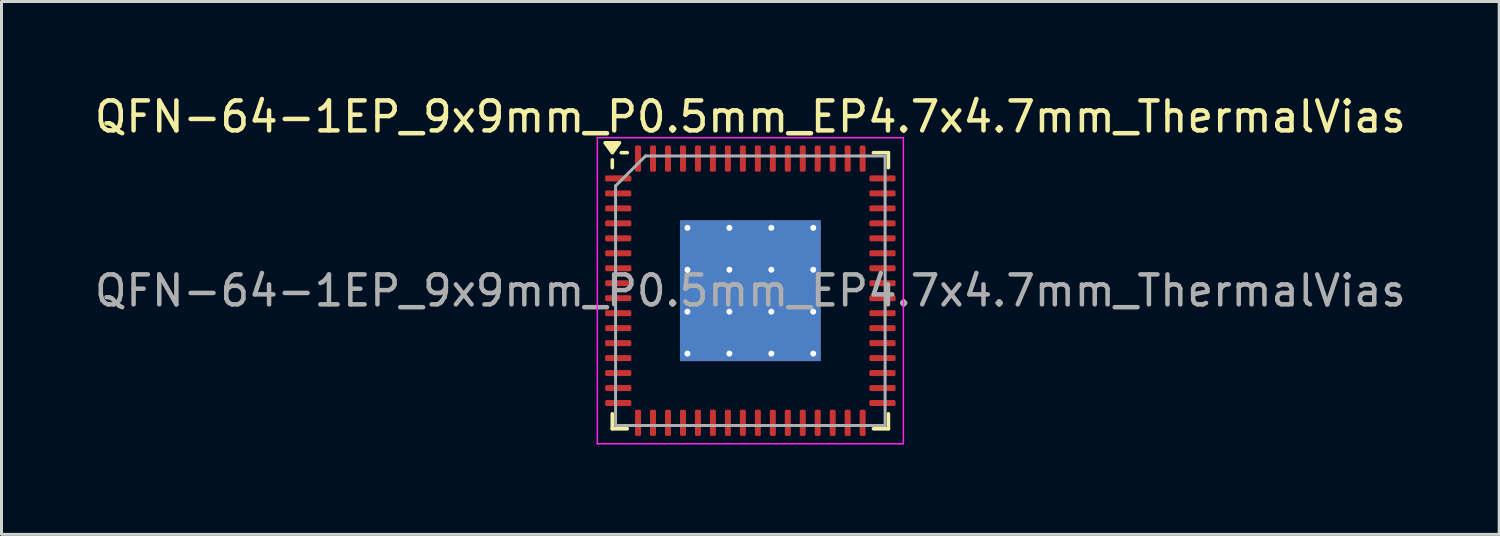
<source format=kicad_pcb>
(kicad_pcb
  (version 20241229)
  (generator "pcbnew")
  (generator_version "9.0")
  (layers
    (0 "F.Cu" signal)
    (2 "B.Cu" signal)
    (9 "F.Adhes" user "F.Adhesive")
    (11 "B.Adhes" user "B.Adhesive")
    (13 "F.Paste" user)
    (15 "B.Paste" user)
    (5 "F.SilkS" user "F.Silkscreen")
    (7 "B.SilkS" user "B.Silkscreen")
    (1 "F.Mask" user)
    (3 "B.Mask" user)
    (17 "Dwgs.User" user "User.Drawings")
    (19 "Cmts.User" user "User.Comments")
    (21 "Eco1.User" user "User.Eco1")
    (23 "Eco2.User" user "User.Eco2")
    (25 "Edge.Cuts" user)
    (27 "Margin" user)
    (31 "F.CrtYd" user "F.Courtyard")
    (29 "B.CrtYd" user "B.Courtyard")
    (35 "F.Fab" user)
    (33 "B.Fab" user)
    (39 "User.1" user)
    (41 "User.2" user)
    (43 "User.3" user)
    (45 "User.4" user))
  (footprint "QFN-64-1EP_9x9mm_P0.5mm_EP4.7x4.7mm_ThermalVias"
    (layer "F.Cu")
    (at 22.006 6.658)
    (property "Reference" "QFN-64-1EP_9x9mm_P0.5mm_EP4.7x4.7mm_ThermalVias" (at 0 -5.81 0) (layer "F.SilkS") (effects (font (size 1 1) (thickness 0.15))))
    (attr smd)
    (fp_line (start -4.61 -4.11) (end -4.61 -4.37) (stroke (width 0.12) (type solid)) (layer "F.SilkS"))
    (fp_line (start -4.61 4.61) (end -4.61 4.11) (stroke (width 0.12) (type solid)) (layer "F.SilkS"))
    (fp_line (start -4.11 -4.61) (end -4.31 -4.61) (stroke (width 0.12) (type solid)) (layer "F.SilkS"))
    (fp_line (start -4.11 4.61) (end -4.61 4.61) (stroke (width 0.12) (type solid)) (layer "F.SilkS"))
    (fp_line (start 4.11 -4.61) (end 4.61 -4.61) (stroke (width 0.12) (type solid)) (layer "F.SilkS"))
    (fp_line (start 4.11 4.61) (end 4.61 4.61) (stroke (width 0.12) (type solid)) (layer "F.SilkS"))
    (fp_line (start 4.61 -4.61) (end 4.61 -4.11) (stroke (width 0.12) (type solid)) (layer "F.SilkS"))
    (fp_line (start 4.61 4.61) (end 4.61 4.11) (stroke (width 0.12) (type solid)) (layer "F.SilkS"))
    (fp_poly (pts (xy -4.61 -4.61) (xy -4.85 -4.94) (xy -4.37 -4.94) (xy -4.61 -4.61)) (stroke (width 0.12) (type solid)) (fill yes) (layer "F.SilkS"))
    (fp_line (start -5.11 -5.11) (end -5.11 5.11) (stroke (width 0.05) (type solid)) (layer "F.CrtYd"))
    (fp_line (start -5.11 5.11) (end 5.11 5.11) (stroke (width 0.05) (type solid)) (layer "F.CrtYd"))
    (fp_line (start 5.11 -5.11) (end -5.11 -5.11) (stroke (width 0.05) (type solid)) (layer "F.CrtYd"))
    (fp_line (start 5.11 5.11) (end 5.11 -5.11) (stroke (width 0.05) (type solid)) (layer "F.CrtYd"))
    (fp_line (start -4.5 -3.5) (end -3.5 -4.5) (stroke (width 0.1) (type solid)) (layer "F.Fab"))
    (fp_line (start -4.5 4.5) (end -4.5 -3.5) (stroke (width 0.1) (type solid)) (layer "F.Fab"))
    (fp_line (start -3.5 -4.5) (end 4.5 -4.5) (stroke (width 0.1) (type solid)) (layer "F.Fab"))
    (fp_line (start 4.5 -4.5) (end 4.5 4.5) (stroke (width 0.1) (type solid)) (layer "F.Fab"))
    (fp_line (start 4.5 4.5) (end -4.5 4.5) (stroke (width 0.1) (type solid)) (layer "F.Fab"))
    (fp_text user "${REFERENCE}" (at 0 0 0) (layer "F.Fab") (effects (font (size 1 1) (thickness 0.15))))
    (pad "" smd roundrect (at -1.4 -1.4) (size 1.263 1.263) (layers "F.Paste") (roundrect_rratio 0.198))
    (pad "" smd roundrect (at -1.4 0) (size 1.263 1.263) (layers "F.Paste") (roundrect_rratio 0.198))
    (pad "" smd roundrect (at -1.4 1.4) (size 1.263 1.263) (layers "F.Paste") (roundrect_rratio 0.198))
    (pad "" smd roundrect (at 0 -1.4) (size 1.263 1.263) (layers "F.Paste") (roundrect_rratio 0.198))
    (pad "" smd roundrect (at 0 0) (size 1.263 1.263) (layers "F.Paste") (roundrect_rratio 0.198))
    (pad "" smd roundrect (at 0 1.4) (size 1.263 1.263) (layers "F.Paste") (roundrect_rratio 0.198))
    (pad "" smd roundrect (at 1.4 -1.4) (size 1.263 1.263) (layers "F.Paste") (roundrect_rratio 0.198))
    (pad "" smd roundrect (at 1.4 0) (size 1.263 1.263) (layers "F.Paste") (roundrect_rratio 0.198))
    (pad "" smd roundrect (at 1.4 1.4) (size 1.263 1.263) (layers "F.Paste") (roundrect_rratio 0.198))
    (pad "1" smd roundrect (at -4.412 -3.75) (size 0.875 0.2) (layers "F.Cu" "F.Mask" "F.Paste") (roundrect_rratio 0.25))
    (pad "2" smd roundrect (at -4.412 -3.25) (size 0.875 0.2) (layers "F.Cu" "F.Mask" "F.Paste") (roundrect_rratio 0.25))
    (pad "3" smd roundrect (at -4.412 -2.75) (size 0.875 0.2) (layers "F.Cu" "F.Mask" "F.Paste") (roundrect_rratio 0.25))
    (pad "4" smd roundrect (at -4.412 -2.25) (size 0.875 0.2) (layers "F.Cu" "F.Mask" "F.Paste") (roundrect_rratio 0.25))
    (pad "5" smd roundrect (at -4.412 -1.75) (size 0.875 0.2) (layers "F.Cu" "F.Mask" "F.Paste") (roundrect_rratio 0.25))
    (pad "6" smd roundrect (at -4.412 -1.25) (size 0.875 0.2) (layers "F.Cu" "F.Mask" "F.Paste") (roundrect_rratio 0.25))
    (pad "7" smd roundrect (at -4.412 -0.75) (size 0.875 0.2) (layers "F.Cu" "F.Mask" "F.Paste") (roundrect_rratio 0.25))
    (pad "8" smd roundrect (at -4.412 -0.25) (size 0.875 0.2) (layers "F.Cu" "F.Mask" "F.Paste") (roundrect_rratio 0.25))
    (pad "9" smd roundrect (at -4.412 0.25) (size 0.875 0.2) (layers "F.Cu" "F.Mask" "F.Paste") (roundrect_rratio 0.25))
    (pad "10" smd roundrect (at -4.412 0.75) (size 0.875 0.2) (layers "F.Cu" "F.Mask" "F.Paste") (roundrect_rratio 0.25))
    (pad "11" smd roundrect (at -4.412 1.25) (size 0.875 0.2) (layers "F.Cu" "F.Mask" "F.Paste") (roundrect_rratio 0.25))
    (pad "12" smd roundrect (at -4.412 1.75) (size 0.875 0.2) (layers "F.Cu" "F.Mask" "F.Paste") (roundrect_rratio 0.25))
    (pad "13" smd roundrect (at -4.412 2.25) (size 0.875 0.2) (layers "F.Cu" "F.Mask" "F.Paste") (roundrect_rratio 0.25))
    (pad "14" smd roundrect (at -4.412 2.75) (size 0.875 0.2) (layers "F.Cu" "F.Mask" "F.Paste") (roundrect_rratio 0.25))
    (pad "15" smd roundrect (at -4.412 3.25) (size 0.875 0.2) (layers "F.Cu" "F.Mask" "F.Paste") (roundrect_rratio 0.25))
    (pad "16" smd roundrect (at -4.412 3.75) (size 0.875 0.2) (layers "F.Cu" "F.Mask" "F.Paste") (roundrect_rratio 0.25))
    (pad "17" smd roundrect (at -3.75 4.412) (size 0.2 0.875) (layers "F.Cu" "F.Mask" "F.Paste") (roundrect_rratio 0.25))
    (pad "18" smd roundrect (at -3.25 4.412) (size 0.2 0.875) (layers "F.Cu" "F.Mask" "F.Paste") (roundrect_rratio 0.25))
    (pad "19" smd roundrect (at -2.75 4.412) (size 0.2 0.875) (layers "F.Cu" "F.Mask" "F.Paste") (roundrect_rratio 0.25))
    (pad "20" smd roundrect (at -2.25 4.412) (size 0.2 0.875) (layers "F.Cu" "F.Mask" "F.Paste") (roundrect_rratio 0.25))
    (pad "21" smd roundrect (at -1.75 4.412) (size 0.2 0.875) (layers "F.Cu" "F.Mask" "F.Paste") (roundrect_rratio 0.25))
    (pad "22" smd roundrect (at -1.25 4.412) (size 0.2 0.875) (layers "F.Cu" "F.Mask" "F.Paste") (roundrect_rratio 0.25))
    (pad "23" smd roundrect (at -0.75 4.412) (size 0.2 0.875) (layers "F.Cu" "F.Mask" "F.Paste") (roundrect_rratio 0.25))
    (pad "24" smd roundrect (at -0.25 4.412) (size 0.2 0.875) (layers "F.Cu" "F.Mask" "F.Paste") (roundrect_rratio 0.25))
    (pad "25" smd roundrect (at 0.25 4.412) (size 0.2 0.875) (layers "F.Cu" "F.Mask" "F.Paste") (roundrect_rratio 0.25))
    (pad "26" smd roundrect (at 0.75 4.412) (size 0.2 0.875) (layers "F.Cu" "F.Mask" "F.Paste") (roundrect_rratio 0.25))
    (pad "27" smd roundrect (at 1.25 4.412) (size 0.2 0.875) (layers "F.Cu" "F.Mask" "F.Paste") (roundrect_rratio 0.25))
    (pad "28" smd roundrect (at 1.75 4.412) (size 0.2 0.875) (layers "F.Cu" "F.Mask" "F.Paste") (roundrect_rratio 0.25))
    (pad "29" smd roundrect (at 2.25 4.412) (size 0.2 0.875) (layers "F.Cu" "F.Mask" "F.Paste") (roundrect_rratio 0.25))
    (pad "30" smd roundrect (at 2.75 4.412) (size 0.2 0.875) (layers "F.Cu" "F.Mask" "F.Paste") (roundrect_rratio 0.25))
    (pad "31" smd roundrect (at 3.25 4.412) (size 0.2 0.875) (layers "F.Cu" "F.Mask" "F.Paste") (roundrect_rratio 0.25))
    (pad "32" smd roundrect (at 3.75 4.412) (size 0.2 0.875) (layers "F.Cu" "F.Mask" "F.Paste") (roundrect_rratio 0.25))
    (pad "33" smd roundrect (at 4.412 3.75) (size 0.875 0.2) (layers "F.Cu" "F.Mask" "F.Paste") (roundrect_rratio 0.25))
    (pad "34" smd roundrect (at 4.412 3.25) (size 0.875 0.2) (layers "F.Cu" "F.Mask" "F.Paste") (roundrect_rratio 0.25))
    (pad "35" smd roundrect (at 4.412 2.75) (size 0.875 0.2) (layers "F.Cu" "F.Mask" "F.Paste") (roundrect_rratio 0.25))
    (pad "36" smd roundrect (at 4.412 2.25) (size 0.875 0.2) (layers "F.Cu" "F.Mask" "F.Paste") (roundrect_rratio 0.25))
    (pad "37" smd roundrect (at 4.412 1.75) (size 0.875 0.2) (layers "F.Cu" "F.Mask" "F.Paste") (roundrect_rratio 0.25))
    (pad "38" smd roundrect (at 4.412 1.25) (size 0.875 0.2) (layers "F.Cu" "F.Mask" "F.Paste") (roundrect_rratio 0.25))
    (pad "39" smd roundrect (at 4.412 0.75) (size 0.875 0.2) (layers "F.Cu" "F.Mask" "F.Paste") (roundrect_rratio 0.25))
    (pad "40" smd roundrect (at 4.412 0.25) (size 0.875 0.2) (layers "F.Cu" "F.Mask" "F.Paste") (roundrect_rratio 0.25))
    (pad "41" smd roundrect (at 4.412 -0.25) (size 0.875 0.2) (layers "F.Cu" "F.Mask" "F.Paste") (roundrect_rratio 0.25))
    (pad "42" smd roundrect (at 4.412 -0.75) (size 0.875 0.2) (layers "F.Cu" "F.Mask" "F.Paste") (roundrect_rratio 0.25))
    (pad "43" smd roundrect (at 4.412 -1.25) (size 0.875 0.2) (layers "F.Cu" "F.Mask" "F.Paste") (roundrect_rratio 0.25))
    (pad "44" smd roundrect (at 4.412 -1.75) (size 0.875 0.2) (layers "F.Cu" "F.Mask" "F.Paste") (roundrect_rratio 0.25))
    (pad "45" smd roundrect (at 4.412 -2.25) (size 0.875 0.2) (layers "F.Cu" "F.Mask" "F.Paste") (roundrect_rratio 0.25))
    (pad "46" smd roundrect (at 4.412 -2.75) (size 0.875 0.2) (layers "F.Cu" "F.Mask" "F.Paste") (roundrect_rratio 0.25))
    (pad "47" smd roundrect (at 4.412 -3.25) (size 0.875 0.2) (layers "F.Cu" "F.Mask" "F.Paste") (roundrect_rratio 0.25))
    (pad "48" smd roundrect (at 4.412 -3.75) (size 0.875 0.2) (layers "F.Cu" "F.Mask" "F.Paste") (roundrect_rratio 0.25))
    (pad "49" smd roundrect (at 3.75 -4.412) (size 0.2 0.875) (layers "F.Cu" "F.Mask" "F.Paste") (roundrect_rratio 0.25))
    (pad "50" smd roundrect (at 3.25 -4.412) (size 0.2 0.875) (layers "F.Cu" "F.Mask" "F.Paste") (roundrect_rratio 0.25))
    (pad "51" smd roundrect (at 2.75 -4.412) (size 0.2 0.875) (layers "F.Cu" "F.Mask" "F.Paste") (roundrect_rratio 0.25))
    (pad "52" smd roundrect (at 2.25 -4.412) (size 0.2 0.875) (layers "F.Cu" "F.Mask" "F.Paste") (roundrect_rratio 0.25))
    (pad "53" smd roundrect (at 1.75 -4.412) (size 0.2 0.875) (layers "F.Cu" "F.Mask" "F.Paste") (roundrect_rratio 0.25))
    (pad "54" smd roundrect (at 1.25 -4.412) (size 0.2 0.875) (layers "F.Cu" "F.Mask" "F.Paste") (roundrect_rratio 0.25))
    (pad "55" smd roundrect (at 0.75 -4.412) (size 0.2 0.875) (layers "F.Cu" "F.Mask" "F.Paste") (roundrect_rratio 0.25))
    (pad "56" smd roundrect (at 0.25 -4.412) (size 0.2 0.875) (layers "F.Cu" "F.Mask" "F.Paste") (roundrect_rratio 0.25))
    (pad "57" smd roundrect (at -0.25 -4.412) (size 0.2 0.875) (layers "F.Cu" "F.Mask" "F.Paste") (roundrect_rratio 0.25))
    (pad "58" smd roundrect (at -0.75 -4.412) (size 0.2 0.875) (layers "F.Cu" "F.Mask" "F.Paste") (roundrect_rratio 0.25))
    (pad "59" smd roundrect (at -1.25 -4.412) (size 0.2 0.875) (layers "F.Cu" "F.Mask" "F.Paste") (roundrect_rratio 0.25))
    (pad "60" smd roundrect (at -1.75 -4.412) (size 0.2 0.875) (layers "F.Cu" "F.Mask" "F.Paste") (roundrect_rratio 0.25))
    (pad "61" smd roundrect (at -2.25 -4.412) (size 0.2 0.875) (layers "F.Cu" "F.Mask" "F.Paste") (roundrect_rratio 0.25))
    (pad "62" smd roundrect (at -2.75 -4.412) (size 0.2 0.875) (layers "F.Cu" "F.Mask" "F.Paste") (roundrect_rratio 0.25))
    (pad "63" smd roundrect (at -3.25 -4.412) (size 0.2 0.875) (layers "F.Cu" "F.Mask" "F.Paste") (roundrect_rratio 0.25))
    (pad "64" smd roundrect (at -3.75 -4.412) (size 0.2 0.875) (layers "F.Cu" "F.Mask" "F.Paste") (roundrect_rratio 0.25))
    (pad "65" thru_hole circle (at -2.1 -2.1) (size 0.5 0.5) (drill 0.2) (property pad_prop_heatsink) (layers "*.Cu"))
    (pad "65" thru_hole circle (at -2.1 -0.7) (size 0.5 0.5) (drill 0.2) (property pad_prop_heatsink) (layers "*.Cu"))
    (pad "65" thru_hole circle (at -2.1 0.7) (size 0.5 0.5) (drill 0.2) (property pad_prop_heatsink) (layers "*.Cu"))
    (pad "65" thru_hole circle (at -2.1 2.1) (size 0.5 0.5) (drill 0.2) (property pad_prop_heatsink) (layers "*.Cu"))
    (pad "65" thru_hole circle (at -0.7 -2.1) (size 0.5 0.5) (drill 0.2) (property pad_prop_heatsink) (layers "*.Cu"))
    (pad "65" thru_hole circle (at -0.7 -0.7) (size 0.5 0.5) (drill 0.2) (property pad_prop_heatsink) (layers "*.Cu"))
    (pad "65" thru_hole circle (at -0.7 0.7) (size 0.5 0.5) (drill 0.2) (property pad_prop_heatsink) (layers "*.Cu"))
    (pad "65" thru_hole circle (at -0.7 2.1) (size 0.5 0.5) (drill 0.2) (property pad_prop_heatsink) (layers "*.Cu"))
    (pad "65" smd rect (at 0 0) (size 4.7 4.7) (property pad_prop_heatsink) (layers "F.Cu" "F.Mask"))
    (pad "65" smd rect (at 0 0) (size 4.7 4.7) (property pad_prop_heatsink) (layers "B.Cu"))
    (pad "65" thru_hole circle (at 0.7 -2.1) (size 0.5 0.5) (drill 0.2) (property pad_prop_heatsink) (layers "*.Cu"))
    (pad "65" thru_hole circle (at 0.7 -0.7) (size 0.5 0.5) (drill 0.2) (property pad_prop_heatsink) (layers "*.Cu"))
    (pad "65" thru_hole circle (at 0.7 0.7) (size 0.5 0.5) (drill 0.2) (property pad_prop_heatsink) (layers "*.Cu"))
    (pad "65" thru_hole circle (at 0.7 2.1) (size 0.5 0.5) (drill 0.2) (property pad_prop_heatsink) (layers "*.Cu"))
    (pad "65" thru_hole circle (at 2.1 -2.1) (size 0.5 0.5) (drill 0.2) (property pad_prop_heatsink) (layers "*.Cu"))
    (pad "65" thru_hole circle (at 2.1 -0.7) (size 0.5 0.5) (drill 0.2) (property pad_prop_heatsink) (layers "*.Cu"))
    (pad "65" thru_hole circle (at 2.1 0.7) (size 0.5 0.5) (drill 0.2) (property pad_prop_heatsink) (layers "*.Cu"))
    (pad "65" thru_hole circle (at 2.1 2.1) (size 0.5 0.5) (drill 0.2) (property pad_prop_heatsink) (layers "*.Cu")))
  (gr_rect
    (start -3 -3)
    (end 47.012 14.793)
    (stroke (width 0.1) (type default))
    (fill no)
    (layer "Edge.Cuts")))
</source>
